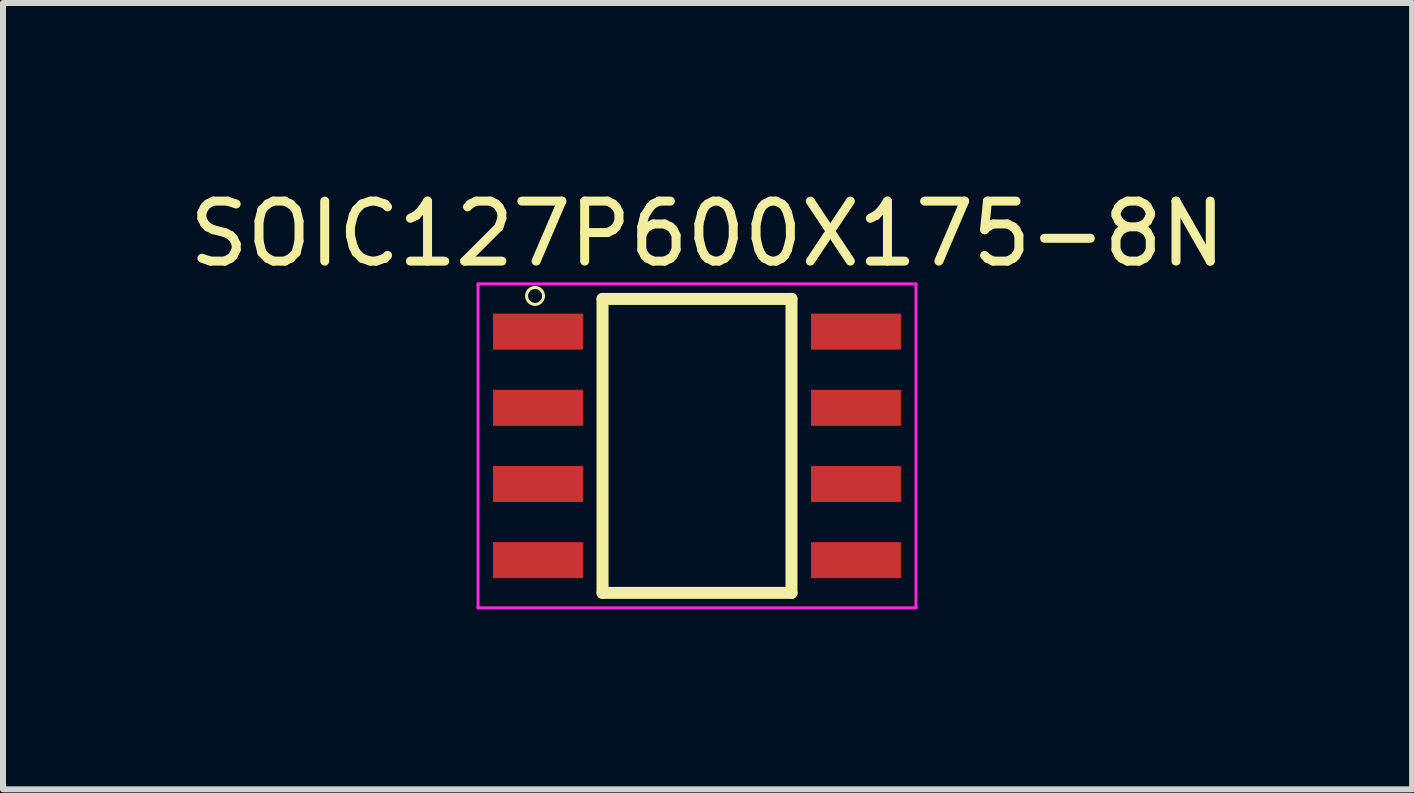
<source format=kicad_pcb>
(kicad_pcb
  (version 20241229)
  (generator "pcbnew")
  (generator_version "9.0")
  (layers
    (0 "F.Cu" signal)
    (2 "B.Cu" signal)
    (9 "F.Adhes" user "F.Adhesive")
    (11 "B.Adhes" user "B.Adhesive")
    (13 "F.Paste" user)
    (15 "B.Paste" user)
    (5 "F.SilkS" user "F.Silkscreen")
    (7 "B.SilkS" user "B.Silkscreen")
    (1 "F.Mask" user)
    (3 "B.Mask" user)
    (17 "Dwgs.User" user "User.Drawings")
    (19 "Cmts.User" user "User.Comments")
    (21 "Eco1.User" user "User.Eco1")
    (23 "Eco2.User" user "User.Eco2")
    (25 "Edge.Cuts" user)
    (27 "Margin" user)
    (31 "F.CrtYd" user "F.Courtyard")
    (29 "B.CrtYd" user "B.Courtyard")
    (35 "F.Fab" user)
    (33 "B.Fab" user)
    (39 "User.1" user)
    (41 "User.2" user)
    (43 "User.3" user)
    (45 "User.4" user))
  (footprint "SOIC127P600X175-8N"
    (layer "F.Cu")
    (at 8.569 4.383)
    (property "Reference" "SOIC127P600X175-8N" (at 0.175 -3.535 0) (layer "F.SilkS") (effects (font (size 1 1) (thickness 0.15))))
    (attr smd)
    (fp_line (start -1.575 -2.45) (end 1.575 -2.45) (stroke (width 0.2) (type solid)) (layer "F.SilkS"))
    (fp_line (start -1.575 2.45) (end -1.575 -2.45) (stroke (width 0.2) (type solid)) (layer "F.SilkS"))
    (fp_line (start 1.575 -2.45) (end 1.575 2.45) (stroke (width 0.2) (type solid)) (layer "F.SilkS"))
    (fp_line (start 1.575 2.45) (end -1.575 2.45) (stroke (width 0.2) (type solid)) (layer "F.SilkS"))
    (fp_circle (center -2.7 -2.5) (end -2.559 -2.5) (stroke (width 0.05) (type solid)) (fill no) (layer "F.SilkS"))
    (fp_line (start -3.65 -2.7) (end 3.65 -2.7) (stroke (width 0.05) (type solid)) (layer "F.CrtYd"))
    (fp_line (start -3.65 2.7) (end -3.65 -2.7) (stroke (width 0.05) (type solid)) (layer "F.CrtYd"))
    (fp_line (start 3.65 -2.7) (end 3.65 2.7) (stroke (width 0.05) (type solid)) (layer "F.CrtYd"))
    (fp_line (start 3.65 2.7) (end -3.65 2.7) (stroke (width 0.05) (type solid)) (layer "F.CrtYd"))
    (pad "1" smd rect (at -2.65 -1.905) (size 1.5 0.6) (layers "F.Cu" "F.Mask" "F.Paste"))
    (pad "2" smd rect (at -2.65 -0.635) (size 1.5 0.6) (layers "F.Cu" "F.Mask" "F.Paste"))
    (pad "3" smd rect (at -2.65 0.635) (size 1.5 0.6) (layers "F.Cu" "F.Mask" "F.Paste"))
    (pad "4" smd rect (at -2.65 1.905) (size 1.5 0.6) (layers "F.Cu" "F.Mask" "F.Paste"))
    (pad "5" smd rect (at 2.65 1.905 180) (size 1.5 0.6) (layers "F.Cu" "F.Mask" "F.Paste"))
    (pad "6" smd rect (at 2.65 0.635 180) (size 1.5 0.6) (layers "F.Cu" "F.Mask" "F.Paste"))
    (pad "7" smd rect (at 2.65 -0.635 180) (size 1.5 0.6) (layers "F.Cu" "F.Mask" "F.Paste"))
    (pad "8" smd rect (at 2.65 -1.905 180) (size 1.5 0.6) (layers "F.Cu" "F.Mask" "F.Paste")))
  (gr_rect
    (start -3 -3)
    (end 20.489 10.108)
    (stroke (width 0.1) (type default))
    (fill no)
    (layer "Edge.Cuts")))
</source>
